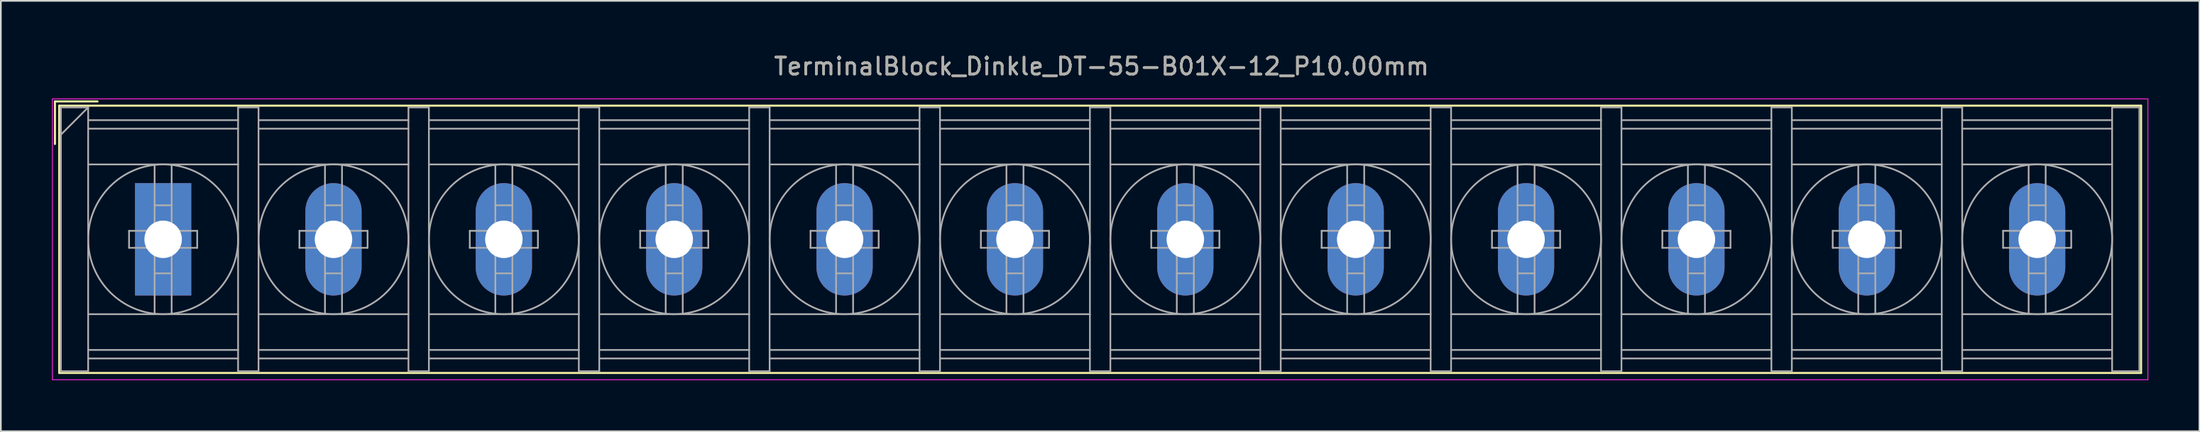
<source format=kicad_pcb>
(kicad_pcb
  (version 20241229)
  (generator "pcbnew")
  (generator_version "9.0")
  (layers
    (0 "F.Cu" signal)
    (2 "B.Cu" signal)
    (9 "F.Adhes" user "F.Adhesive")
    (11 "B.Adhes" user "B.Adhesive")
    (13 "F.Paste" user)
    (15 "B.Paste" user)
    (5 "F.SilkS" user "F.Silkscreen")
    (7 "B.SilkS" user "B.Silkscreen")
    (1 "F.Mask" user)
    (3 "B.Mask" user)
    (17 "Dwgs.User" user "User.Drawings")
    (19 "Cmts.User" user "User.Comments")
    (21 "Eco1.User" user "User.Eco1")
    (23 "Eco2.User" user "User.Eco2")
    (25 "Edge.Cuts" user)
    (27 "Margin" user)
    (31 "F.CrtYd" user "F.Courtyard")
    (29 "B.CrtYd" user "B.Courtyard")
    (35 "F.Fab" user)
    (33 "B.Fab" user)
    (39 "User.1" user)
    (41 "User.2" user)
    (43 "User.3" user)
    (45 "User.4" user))
  (footprint "TerminalBlock_Dinkle_DT-55-B01X-12_P10.00mm"
    (layer "F.Cu")
    (at 6.525 11.008)
    (property "Reference" "TerminalBlock_Dinkle_DT-55-B01X-12_P10.00mm" (at 55.08 -10.16 0) (layer "F.SilkS") (effects (font (size 1 1) (thickness 0.15))))
    (attr through_hole)
    (fp_line (start -6.35 -8.1) (end -3.85 -8.1) (stroke (width 0.12) (type solid)) (layer "F.SilkS"))
    (fp_line (start -6.35 -5.6) (end -6.35 -8.1) (stroke (width 0.12) (type solid)) (layer "F.SilkS"))
    (fp_line (start -6.1 -7.85) (end 116.1 -7.85) (stroke (width 0.12) (type solid)) (layer "F.SilkS"))
    (fp_line (start -6.1 7.85) (end -6.1 -7.85) (stroke (width 0.12) (type solid)) (layer "F.SilkS"))
    (fp_line (start -6.1 7.85) (end 116.1 7.85) (stroke (width 0.12) (type solid)) (layer "F.SilkS"))
    (fp_line (start 116.1 -7.85) (end 116.1 7.85) (stroke (width 0.12) (type solid)) (layer "F.SilkS"))
    (fp_line (start -6.5 -8.25) (end 116.5 -8.25) (stroke (width 0.05) (type solid)) (layer "F.CrtYd"))
    (fp_line (start -6.5 8.25) (end -6.5 -8.25) (stroke (width 0.05) (type solid)) (layer "F.CrtYd"))
    (fp_line (start -6.5 8.25) (end 116.5 8.25) (stroke (width 0.05) (type solid)) (layer "F.CrtYd"))
    (fp_line (start 116.5 -8.25) (end 116.5 8.25) (stroke (width 0.05) (type solid)) (layer "F.CrtYd"))
    (fp_line (start -6 -7.75) (end -6 7.75) (stroke (width 0.1) (type solid)) (layer "F.Fab"))
    (fp_line (start -6 -7.75) (end -4.4 -7.75) (stroke (width 0.1) (type solid)) (layer "F.Fab"))
    (fp_line (start -6 7.75) (end -4.4 7.75) (stroke (width 0.1) (type solid)) (layer "F.Fab"))
    (fp_line (start -4.4 -7.75) (end -6 -6.15) (stroke (width 0.1) (type solid)) (layer "F.Fab"))
    (fp_line (start -4.4 -7.75) (end -4.4 7.75) (stroke (width 0.1) (type solid)) (layer "F.Fab"))
    (fp_line (start -4.4 -7) (end 4.4 -7) (stroke (width 0.1) (type solid)) (layer "F.Fab"))
    (fp_line (start -4.4 -6.5) (end 4.4 -6.5) (stroke (width 0.1) (type solid)) (layer "F.Fab"))
    (fp_line (start -4.4 -4.4) (end 4.4 -4.4) (stroke (width 0.1) (type solid)) (layer "F.Fab"))
    (fp_line (start -4.4 4.4) (end 4.4 4.4) (stroke (width 0.1) (type solid)) (layer "F.Fab"))
    (fp_line (start -4.4 6.5) (end 4.4 6.5) (stroke (width 0.1) (type solid)) (layer "F.Fab"))
    (fp_line (start -4.4 7) (end 4.4 7) (stroke (width 0.1) (type solid)) (layer "F.Fab"))
    (fp_line (start -2 -0.5) (end -2 0.5) (stroke (width 0.1) (type solid)) (layer "F.Fab"))
    (fp_line (start -2 0.5) (end -0.5 0.5) (stroke (width 0.1) (type solid)) (layer "F.Fab"))
    (fp_line (start -0.5 -4.35) (end -0.5 -0.5) (stroke (width 0.1) (type solid)) (layer "F.Fab"))
    (fp_line (start -0.5 -2) (end 0.5 -2) (stroke (width 0.1) (type solid)) (layer "F.Fab"))
    (fp_line (start -0.5 -0.5) (end -2 -0.5) (stroke (width 0.1) (type solid)) (layer "F.Fab"))
    (fp_line (start -0.5 0.5) (end -0.5 4.35) (stroke (width 0.1) (type solid)) (layer "F.Fab"))
    (fp_line (start -0.5 2) (end 0.5 2) (stroke (width 0.1) (type solid)) (layer "F.Fab"))
    (fp_line (start 0.5 -4.35) (end 0.5 -0.5) (stroke (width 0.1) (type solid)) (layer "F.Fab"))
    (fp_line (start 0.5 -0.5) (end 2 -0.5) (stroke (width 0.1) (type solid)) (layer "F.Fab"))
    (fp_line (start 0.5 0.5) (end 0.5 4.35) (stroke (width 0.1) (type solid)) (layer "F.Fab"))
    (fp_line (start 2 -0.5) (end 2 0.5) (stroke (width 0.1) (type solid)) (layer "F.Fab"))
    (fp_line (start 2 0.5) (end 0.5 0.5) (stroke (width 0.1) (type solid)) (layer "F.Fab"))
    (fp_line (start 4.4 -7.75) (end 4.4 7.75) (stroke (width 0.1) (type solid)) (layer "F.Fab"))
    (fp_line (start 4.4 -7.75) (end 5.6 -7.75) (stroke (width 0.1) (type solid)) (layer "F.Fab"))
    (fp_line (start 4.4 7.75) (end 5.6 7.75) (stroke (width 0.1) (type solid)) (layer "F.Fab"))
    (fp_line (start 5.6 -7.75) (end 5.6 7.75) (stroke (width 0.1) (type solid)) (layer "F.Fab"))
    (fp_line (start 5.6 -7) (end 14.4 -7) (stroke (width 0.1) (type solid)) (layer "F.Fab"))
    (fp_line (start 5.6 -6.5) (end 14.4 -6.5) (stroke (width 0.1) (type solid)) (layer "F.Fab"))
    (fp_line (start 5.6 -4.4) (end 14.4 -4.4) (stroke (width 0.1) (type solid)) (layer "F.Fab"))
    (fp_line (start 5.6 4.4) (end 14.4 4.4) (stroke (width 0.1) (type solid)) (layer "F.Fab"))
    (fp_line (start 5.6 6.5) (end 14.4 6.5) (stroke (width 0.1) (type solid)) (layer "F.Fab"))
    (fp_line (start 5.6 7) (end 14.4 7) (stroke (width 0.1) (type solid)) (layer "F.Fab"))
    (fp_line (start 8 -0.5) (end 8 0.5) (stroke (width 0.1) (type solid)) (layer "F.Fab"))
    (fp_line (start 8 0.5) (end 9.5 0.5) (stroke (width 0.1) (type solid)) (layer "F.Fab"))
    (fp_line (start 9.5 -4.35) (end 9.5 -0.5) (stroke (width 0.1) (type solid)) (layer "F.Fab"))
    (fp_line (start 9.5 -2) (end 10.5 -2) (stroke (width 0.1) (type solid)) (layer "F.Fab"))
    (fp_line (start 9.5 -0.5) (end 8 -0.5) (stroke (width 0.1) (type solid)) (layer "F.Fab"))
    (fp_line (start 9.5 0.5) (end 9.5 4.35) (stroke (width 0.1) (type solid)) (layer "F.Fab"))
    (fp_line (start 9.5 2) (end 10.5 2) (stroke (width 0.1) (type solid)) (layer "F.Fab"))
    (fp_line (start 10.5 -4.35) (end 10.5 -0.5) (stroke (width 0.1) (type solid)) (layer "F.Fab"))
    (fp_line (start 10.5 -0.5) (end 12 -0.5) (stroke (width 0.1) (type solid)) (layer "F.Fab"))
    (fp_line (start 10.5 0.5) (end 10.5 4.35) (stroke (width 0.1) (type solid)) (layer "F.Fab"))
    (fp_line (start 12 -0.5) (end 12 0.5) (stroke (width 0.1) (type solid)) (layer "F.Fab"))
    (fp_line (start 12 0.5) (end 10.5 0.5) (stroke (width 0.1) (type solid)) (layer "F.Fab"))
    (fp_line (start 14.4 -7.75) (end 14.4 7.75) (stroke (width 0.1) (type solid)) (layer "F.Fab"))
    (fp_line (start 14.4 -7.75) (end 15.6 -7.75) (stroke (width 0.1) (type solid)) (layer "F.Fab"))
    (fp_line (start 14.4 7.75) (end 15.6 7.75) (stroke (width 0.1) (type solid)) (layer "F.Fab"))
    (fp_line (start 15.6 -7.75) (end 15.6 7.75) (stroke (width 0.1) (type solid)) (layer "F.Fab"))
    (fp_line (start 15.6 -7) (end 24.4 -7) (stroke (width 0.1) (type solid)) (layer "F.Fab"))
    (fp_line (start 15.6 -6.5) (end 24.4 -6.5) (stroke (width 0.1) (type solid)) (layer "F.Fab"))
    (fp_line (start 15.6 -4.4) (end 24.4 -4.4) (stroke (width 0.1) (type solid)) (layer "F.Fab"))
    (fp_line (start 15.6 4.4) (end 24.4 4.4) (stroke (width 0.1) (type solid)) (layer "F.Fab"))
    (fp_line (start 15.6 6.5) (end 24.4 6.5) (stroke (width 0.1) (type solid)) (layer "F.Fab"))
    (fp_line (start 15.6 7) (end 24.4 7) (stroke (width 0.1) (type solid)) (layer "F.Fab"))
    (fp_line (start 18 -0.5) (end 18 0.5) (stroke (width 0.1) (type solid)) (layer "F.Fab"))
    (fp_line (start 18 0.5) (end 19.5 0.5) (stroke (width 0.1) (type solid)) (layer "F.Fab"))
    (fp_line (start 19.5 -4.35) (end 19.5 -0.5) (stroke (width 0.1) (type solid)) (layer "F.Fab"))
    (fp_line (start 19.5 -2) (end 20.5 -2) (stroke (width 0.1) (type solid)) (layer "F.Fab"))
    (fp_line (start 19.5 -0.5) (end 18 -0.5) (stroke (width 0.1) (type solid)) (layer "F.Fab"))
    (fp_line (start 19.5 0.5) (end 19.5 4.35) (stroke (width 0.1) (type solid)) (layer "F.Fab"))
    (fp_line (start 19.5 2) (end 20.5 2) (stroke (width 0.1) (type solid)) (layer "F.Fab"))
    (fp_line (start 20.5 -4.35) (end 20.5 -0.5) (stroke (width 0.1) (type solid)) (layer "F.Fab"))
    (fp_line (start 20.5 -0.5) (end 22 -0.5) (stroke (width 0.1) (type solid)) (layer "F.Fab"))
    (fp_line (start 20.5 0.5) (end 20.5 4.35) (stroke (width 0.1) (type solid)) (layer "F.Fab"))
    (fp_line (start 22 -0.5) (end 22 0.5) (stroke (width 0.1) (type solid)) (layer "F.Fab"))
    (fp_line (start 22 0.5) (end 20.5 0.5) (stroke (width 0.1) (type solid)) (layer "F.Fab"))
    (fp_line (start 24.4 -7.75) (end 24.4 7.75) (stroke (width 0.1) (type solid)) (layer "F.Fab"))
    (fp_line (start 24.4 -7.75) (end 25.6 -7.75) (stroke (width 0.1) (type solid)) (layer "F.Fab"))
    (fp_line (start 24.4 7.75) (end 25.6 7.75) (stroke (width 0.1) (type solid)) (layer "F.Fab"))
    (fp_line (start 25.6 -7.75) (end 25.6 7.75) (stroke (width 0.1) (type solid)) (layer "F.Fab"))
    (fp_line (start 25.6 -7) (end 34.4 -7) (stroke (width 0.1) (type solid)) (layer "F.Fab"))
    (fp_line (start 25.6 -6.5) (end 34.4 -6.5) (stroke (width 0.1) (type solid)) (layer "F.Fab"))
    (fp_line (start 25.6 -4.4) (end 34.4 -4.4) (stroke (width 0.1) (type solid)) (layer "F.Fab"))
    (fp_line (start 25.6 4.4) (end 34.4 4.4) (stroke (width 0.1) (type solid)) (layer "F.Fab"))
    (fp_line (start 25.6 6.5) (end 34.4 6.5) (stroke (width 0.1) (type solid)) (layer "F.Fab"))
    (fp_line (start 25.6 7) (end 34.4 7) (stroke (width 0.1) (type solid)) (layer "F.Fab"))
    (fp_line (start 28 -0.5) (end 28 0.5) (stroke (width 0.1) (type solid)) (layer "F.Fab"))
    (fp_line (start 28 0.5) (end 29.5 0.5) (stroke (width 0.1) (type solid)) (layer "F.Fab"))
    (fp_line (start 29.5 -4.35) (end 29.5 -0.5) (stroke (width 0.1) (type solid)) (layer "F.Fab"))
    (fp_line (start 29.5 -2) (end 30.5 -2) (stroke (width 0.1) (type solid)) (layer "F.Fab"))
    (fp_line (start 29.5 -0.5) (end 28 -0.5) (stroke (width 0.1) (type solid)) (layer "F.Fab"))
    (fp_line (start 29.5 0.5) (end 29.5 4.35) (stroke (width 0.1) (type solid)) (layer "F.Fab"))
    (fp_line (start 29.5 2) (end 30.5 2) (stroke (width 0.1) (type solid)) (layer "F.Fab"))
    (fp_line (start 30.5 -4.35) (end 30.5 -0.5) (stroke (width 0.1) (type solid)) (layer "F.Fab"))
    (fp_line (start 30.5 -0.5) (end 32 -0.5) (stroke (width 0.1) (type solid)) (layer "F.Fab"))
    (fp_line (start 30.5 0.5) (end 30.5 4.35) (stroke (width 0.1) (type solid)) (layer "F.Fab"))
    (fp_line (start 32 -0.5) (end 32 0.5) (stroke (width 0.1) (type solid)) (layer "F.Fab"))
    (fp_line (start 32 0.5) (end 30.5 0.5) (stroke (width 0.1) (type solid)) (layer "F.Fab"))
    (fp_line (start 34.4 -7.75) (end 34.4 7.75) (stroke (width 0.1) (type solid)) (layer "F.Fab"))
    (fp_line (start 34.4 -7.75) (end 35.6 -7.75) (stroke (width 0.1) (type solid)) (layer "F.Fab"))
    (fp_line (start 34.4 7.75) (end 35.6 7.75) (stroke (width 0.1) (type solid)) (layer "F.Fab"))
    (fp_line (start 35.6 -7.75) (end 35.6 7.75) (stroke (width 0.1) (type solid)) (layer "F.Fab"))
    (fp_line (start 35.6 -7) (end 44.4 -7) (stroke (width 0.1) (type solid)) (layer "F.Fab"))
    (fp_line (start 35.6 -6.5) (end 44.4 -6.5) (stroke (width 0.1) (type solid)) (layer "F.Fab"))
    (fp_line (start 35.6 -4.4) (end 44.4 -4.4) (stroke (width 0.1) (type solid)) (layer "F.Fab"))
    (fp_line (start 35.6 4.4) (end 44.4 4.4) (stroke (width 0.1) (type solid)) (layer "F.Fab"))
    (fp_line (start 35.6 6.5) (end 44.4 6.5) (stroke (width 0.1) (type solid)) (layer "F.Fab"))
    (fp_line (start 35.6 7) (end 44.4 7) (stroke (width 0.1) (type solid)) (layer "F.Fab"))
    (fp_line (start 38 -0.5) (end 38 0.5) (stroke (width 0.1) (type solid)) (layer "F.Fab"))
    (fp_line (start 38 0.5) (end 39.5 0.5) (stroke (width 0.1) (type solid)) (layer "F.Fab"))
    (fp_line (start 39.5 -4.35) (end 39.5 -0.5) (stroke (width 0.1) (type solid)) (layer "F.Fab"))
    (fp_line (start 39.5 -2) (end 40.5 -2) (stroke (width 0.1) (type solid)) (layer "F.Fab"))
    (fp_line (start 39.5 -0.5) (end 38 -0.5) (stroke (width 0.1) (type solid)) (layer "F.Fab"))
    (fp_line (start 39.5 0.5) (end 39.5 4.35) (stroke (width 0.1) (type solid)) (layer "F.Fab"))
    (fp_line (start 39.5 2) (end 40.5 2) (stroke (width 0.1) (type solid)) (layer "F.Fab"))
    (fp_line (start 40.5 -4.35) (end 40.5 -0.5) (stroke (width 0.1) (type solid)) (layer "F.Fab"))
    (fp_line (start 40.5 -0.5) (end 42 -0.5) (stroke (width 0.1) (type solid)) (layer "F.Fab"))
    (fp_line (start 40.5 0.5) (end 40.5 4.35) (stroke (width 0.1) (type solid)) (layer "F.Fab"))
    (fp_line (start 42 -0.5) (end 42 0.5) (stroke (width 0.1) (type solid)) (layer "F.Fab"))
    (fp_line (start 42 0.5) (end 40.5 0.5) (stroke (width 0.1) (type solid)) (layer "F.Fab"))
    (fp_line (start 44.4 -7.75) (end 44.4 7.75) (stroke (width 0.1) (type solid)) (layer "F.Fab"))
    (fp_line (start 44.4 -7.75) (end 45.6 -7.75) (stroke (width 0.1) (type solid)) (layer "F.Fab"))
    (fp_line (start 44.4 7.75) (end 45.6 7.75) (stroke (width 0.1) (type solid)) (layer "F.Fab"))
    (fp_line (start 45.6 -7.75) (end 45.6 7.75) (stroke (width 0.1) (type solid)) (layer "F.Fab"))
    (fp_line (start 45.6 -7) (end 54.4 -7) (stroke (width 0.1) (type solid)) (layer "F.Fab"))
    (fp_line (start 45.6 -6.5) (end 54.4 -6.5) (stroke (width 0.1) (type solid)) (layer "F.Fab"))
    (fp_line (start 45.6 -4.4) (end 54.4 -4.4) (stroke (width 0.1) (type solid)) (layer "F.Fab"))
    (fp_line (start 45.6 4.4) (end 54.4 4.4) (stroke (width 0.1) (type solid)) (layer "F.Fab"))
    (fp_line (start 45.6 6.5) (end 54.4 6.5) (stroke (width 0.1) (type solid)) (layer "F.Fab"))
    (fp_line (start 45.6 7) (end 54.4 7) (stroke (width 0.1) (type solid)) (layer "F.Fab"))
    (fp_line (start 48 -0.5) (end 48 0.5) (stroke (width 0.1) (type solid)) (layer "F.Fab"))
    (fp_line (start 48 0.5) (end 49.5 0.5) (stroke (width 0.1) (type solid)) (layer "F.Fab"))
    (fp_line (start 49.5 -4.35) (end 49.5 -0.5) (stroke (width 0.1) (type solid)) (layer "F.Fab"))
    (fp_line (start 49.5 -2) (end 50.5 -2) (stroke (width 0.1) (type solid)) (layer "F.Fab"))
    (fp_line (start 49.5 -0.5) (end 48 -0.5) (stroke (width 0.1) (type solid)) (layer "F.Fab"))
    (fp_line (start 49.5 0.5) (end 49.5 4.35) (stroke (width 0.1) (type solid)) (layer "F.Fab"))
    (fp_line (start 49.5 2) (end 50.5 2) (stroke (width 0.1) (type solid)) (layer "F.Fab"))
    (fp_line (start 50.5 -4.35) (end 50.5 -0.5) (stroke (width 0.1) (type solid)) (layer "F.Fab"))
    (fp_line (start 50.5 -0.5) (end 52 -0.5) (stroke (width 0.1) (type solid)) (layer "F.Fab"))
    (fp_line (start 50.5 0.5) (end 50.5 4.35) (stroke (width 0.1) (type solid)) (layer "F.Fab"))
    (fp_line (start 52 -0.5) (end 52 0.5) (stroke (width 0.1) (type solid)) (layer "F.Fab"))
    (fp_line (start 52 0.5) (end 50.5 0.5) (stroke (width 0.1) (type solid)) (layer "F.Fab"))
    (fp_line (start 54.4 -7.75) (end 54.4 7.75) (stroke (width 0.1) (type solid)) (layer "F.Fab"))
    (fp_line (start 54.4 -7.75) (end 55.6 -7.75) (stroke (width 0.1) (type solid)) (layer "F.Fab"))
    (fp_line (start 54.4 7.75) (end 55.6 7.75) (stroke (width 0.1) (type solid)) (layer "F.Fab"))
    (fp_line (start 55.6 -7.75) (end 55.6 7.75) (stroke (width 0.1) (type solid)) (layer "F.Fab"))
    (fp_line (start 55.6 -7) (end 64.4 -7) (stroke (width 0.1) (type solid)) (layer "F.Fab"))
    (fp_line (start 55.6 -6.5) (end 64.4 -6.5) (stroke (width 0.1) (type solid)) (layer "F.Fab"))
    (fp_line (start 55.6 -4.4) (end 64.4 -4.4) (stroke (width 0.1) (type solid)) (layer "F.Fab"))
    (fp_line (start 55.6 4.4) (end 64.4 4.4) (stroke (width 0.1) (type solid)) (layer "F.Fab"))
    (fp_line (start 55.6 6.5) (end 64.4 6.5) (stroke (width 0.1) (type solid)) (layer "F.Fab"))
    (fp_line (start 55.6 7) (end 64.4 7) (stroke (width 0.1) (type solid)) (layer "F.Fab"))
    (fp_line (start 58 -0.5) (end 58 0.5) (stroke (width 0.1) (type solid)) (layer "F.Fab"))
    (fp_line (start 58 0.5) (end 59.5 0.5) (stroke (width 0.1) (type solid)) (layer "F.Fab"))
    (fp_line (start 59.5 -4.35) (end 59.5 -0.5) (stroke (width 0.1) (type solid)) (layer "F.Fab"))
    (fp_line (start 59.5 -2) (end 60.5 -2) (stroke (width 0.1) (type solid)) (layer "F.Fab"))
    (fp_line (start 59.5 -0.5) (end 58 -0.5) (stroke (width 0.1) (type solid)) (layer "F.Fab"))
    (fp_line (start 59.5 0.5) (end 59.5 4.35) (stroke (width 0.1) (type solid)) (layer "F.Fab"))
    (fp_line (start 59.5 2) (end 60.5 2) (stroke (width 0.1) (type solid)) (layer "F.Fab"))
    (fp_line (start 60.5 -4.35) (end 60.5 -0.5) (stroke (width 0.1) (type solid)) (layer "F.Fab"))
    (fp_line (start 60.5 -0.5) (end 62 -0.5) (stroke (width 0.1) (type solid)) (layer "F.Fab"))
    (fp_line (start 60.5 0.5) (end 60.5 4.35) (stroke (width 0.1) (type solid)) (layer "F.Fab"))
    (fp_line (start 62 -0.5) (end 62 0.5) (stroke (width 0.1) (type solid)) (layer "F.Fab"))
    (fp_line (start 62 0.5) (end 60.5 0.5) (stroke (width 0.1) (type solid)) (layer "F.Fab"))
    (fp_line (start 64.4 -7.75) (end 64.4 7.75) (stroke (width 0.1) (type solid)) (layer "F.Fab"))
    (fp_line (start 64.4 -7.75) (end 65.6 -7.75) (stroke (width 0.1) (type solid)) (layer "F.Fab"))
    (fp_line (start 64.4 7.75) (end 65.6 7.75) (stroke (width 0.1) (type solid)) (layer "F.Fab"))
    (fp_line (start 65.6 -7.75) (end 65.6 7.75) (stroke (width 0.1) (type solid)) (layer "F.Fab"))
    (fp_line (start 65.6 -7) (end 74.4 -7) (stroke (width 0.1) (type solid)) (layer "F.Fab"))
    (fp_line (start 65.6 -6.5) (end 74.4 -6.5) (stroke (width 0.1) (type solid)) (layer "F.Fab"))
    (fp_line (start 65.6 -4.4) (end 74.4 -4.4) (stroke (width 0.1) (type solid)) (layer "F.Fab"))
    (fp_line (start 65.6 4.4) (end 74.4 4.4) (stroke (width 0.1) (type solid)) (layer "F.Fab"))
    (fp_line (start 65.6 6.5) (end 74.4 6.5) (stroke (width 0.1) (type solid)) (layer "F.Fab"))
    (fp_line (start 65.6 7) (end 74.4 7) (stroke (width 0.1) (type solid)) (layer "F.Fab"))
    (fp_line (start 68 -0.5) (end 68 0.5) (stroke (width 0.1) (type solid)) (layer "F.Fab"))
    (fp_line (start 68 0.5) (end 69.5 0.5) (stroke (width 0.1) (type solid)) (layer "F.Fab"))
    (fp_line (start 69.5 -4.35) (end 69.5 -0.5) (stroke (width 0.1) (type solid)) (layer "F.Fab"))
    (fp_line (start 69.5 -2) (end 70.5 -2) (stroke (width 0.1) (type solid)) (layer "F.Fab"))
    (fp_line (start 69.5 -0.5) (end 68 -0.5) (stroke (width 0.1) (type solid)) (layer "F.Fab"))
    (fp_line (start 69.5 0.5) (end 69.5 4.35) (stroke (width 0.1) (type solid)) (layer "F.Fab"))
    (fp_line (start 69.5 2) (end 70.5 2) (stroke (width 0.1) (type solid)) (layer "F.Fab"))
    (fp_line (start 70.5 -4.35) (end 70.5 -0.5) (stroke (width 0.1) (type solid)) (layer "F.Fab"))
    (fp_line (start 70.5 -0.5) (end 72 -0.5) (stroke (width 0.1) (type solid)) (layer "F.Fab"))
    (fp_line (start 70.5 0.5) (end 70.5 4.35) (stroke (width 0.1) (type solid)) (layer "F.Fab"))
    (fp_line (start 72 -0.5) (end 72 0.5) (stroke (width 0.1) (type solid)) (layer "F.Fab"))
    (fp_line (start 72 0.5) (end 70.5 0.5) (stroke (width 0.1) (type solid)) (layer "F.Fab"))
    (fp_line (start 74.4 -7.75) (end 74.4 7.75) (stroke (width 0.1) (type solid)) (layer "F.Fab"))
    (fp_line (start 74.4 -7.75) (end 75.6 -7.75) (stroke (width 0.1) (type solid)) (layer "F.Fab"))
    (fp_line (start 74.4 7.75) (end 75.6 7.75) (stroke (width 0.1) (type solid)) (layer "F.Fab"))
    (fp_line (start 75.6 -7.75) (end 75.6 7.75) (stroke (width 0.1) (type solid)) (layer "F.Fab"))
    (fp_line (start 75.6 -7) (end 84.4 -7) (stroke (width 0.1) (type solid)) (layer "F.Fab"))
    (fp_line (start 75.6 -6.5) (end 84.4 -6.5) (stroke (width 0.1) (type solid)) (layer "F.Fab"))
    (fp_line (start 75.6 -4.4) (end 84.4 -4.4) (stroke (width 0.1) (type solid)) (layer "F.Fab"))
    (fp_line (start 75.6 4.4) (end 84.4 4.4) (stroke (width 0.1) (type solid)) (layer "F.Fab"))
    (fp_line (start 75.6 6.5) (end 84.4 6.5) (stroke (width 0.1) (type solid)) (layer "F.Fab"))
    (fp_line (start 75.6 7) (end 84.4 7) (stroke (width 0.1) (type solid)) (layer "F.Fab"))
    (fp_line (start 78 -0.5) (end 78 0.5) (stroke (width 0.1) (type solid)) (layer "F.Fab"))
    (fp_line (start 78 0.5) (end 79.5 0.5) (stroke (width 0.1) (type solid)) (layer "F.Fab"))
    (fp_line (start 79.5 -4.35) (end 79.5 -0.5) (stroke (width 0.1) (type solid)) (layer "F.Fab"))
    (fp_line (start 79.5 -2) (end 80.5 -2) (stroke (width 0.1) (type solid)) (layer "F.Fab"))
    (fp_line (start 79.5 -0.5) (end 78 -0.5) (stroke (width 0.1) (type solid)) (layer "F.Fab"))
    (fp_line (start 79.5 0.5) (end 79.5 4.35) (stroke (width 0.1) (type solid)) (layer "F.Fab"))
    (fp_line (start 79.5 2) (end 80.5 2) (stroke (width 0.1) (type solid)) (layer "F.Fab"))
    (fp_line (start 80.5 -4.35) (end 80.5 -0.5) (stroke (width 0.1) (type solid)) (layer "F.Fab"))
    (fp_line (start 80.5 -0.5) (end 82 -0.5) (stroke (width 0.1) (type solid)) (layer "F.Fab"))
    (fp_line (start 80.5 0.5) (end 80.5 4.35) (stroke (width 0.1) (type solid)) (layer "F.Fab"))
    (fp_line (start 82 -0.5) (end 82 0.5) (stroke (width 0.1) (type solid)) (layer "F.Fab"))
    (fp_line (start 82 0.5) (end 80.5 0.5) (stroke (width 0.1) (type solid)) (layer "F.Fab"))
    (fp_line (start 84.4 -7.75) (end 84.4 7.75) (stroke (width 0.1) (type solid)) (layer "F.Fab"))
    (fp_line (start 84.4 -7.75) (end 85.6 -7.75) (stroke (width 0.1) (type solid)) (layer "F.Fab"))
    (fp_line (start 84.4 7.75) (end 85.6 7.75) (stroke (width 0.1) (type solid)) (layer "F.Fab"))
    (fp_line (start 85.6 -7.75) (end 85.6 7.75) (stroke (width 0.1) (type solid)) (layer "F.Fab"))
    (fp_line (start 85.6 -7) (end 94.4 -7) (stroke (width 0.1) (type solid)) (layer "F.Fab"))
    (fp_line (start 85.6 -6.5) (end 94.4 -6.5) (stroke (width 0.1) (type solid)) (layer "F.Fab"))
    (fp_line (start 85.6 -4.4) (end 94.4 -4.4) (stroke (width 0.1) (type solid)) (layer "F.Fab"))
    (fp_line (start 85.6 4.4) (end 94.4 4.4) (stroke (width 0.1) (type solid)) (layer "F.Fab"))
    (fp_line (start 85.6 6.5) (end 94.4 6.5) (stroke (width 0.1) (type solid)) (layer "F.Fab"))
    (fp_line (start 85.6 7) (end 94.4 7) (stroke (width 0.1) (type solid)) (layer "F.Fab"))
    (fp_line (start 88 -0.5) (end 88 0.5) (stroke (width 0.1) (type solid)) (layer "F.Fab"))
    (fp_line (start 88 0.5) (end 89.5 0.5) (stroke (width 0.1) (type solid)) (layer "F.Fab"))
    (fp_line (start 89.5 -4.35) (end 89.5 -0.5) (stroke (width 0.1) (type solid)) (layer "F.Fab"))
    (fp_line (start 89.5 -2) (end 90.5 -2) (stroke (width 0.1) (type solid)) (layer "F.Fab"))
    (fp_line (start 89.5 -0.5) (end 88 -0.5) (stroke (width 0.1) (type solid)) (layer "F.Fab"))
    (fp_line (start 89.5 0.5) (end 89.5 4.35) (stroke (width 0.1) (type solid)) (layer "F.Fab"))
    (fp_line (start 89.5 2) (end 90.5 2) (stroke (width 0.1) (type solid)) (layer "F.Fab"))
    (fp_line (start 90.5 -4.35) (end 90.5 -0.5) (stroke (width 0.1) (type solid)) (layer "F.Fab"))
    (fp_line (start 90.5 -0.5) (end 92 -0.5) (stroke (width 0.1) (type solid)) (layer "F.Fab"))
    (fp_line (start 90.5 0.5) (end 90.5 4.35) (stroke (width 0.1) (type solid)) (layer "F.Fab"))
    (fp_line (start 92 -0.5) (end 92 0.5) (stroke (width 0.1) (type solid)) (layer "F.Fab"))
    (fp_line (start 92 0.5) (end 90.5 0.5) (stroke (width 0.1) (type solid)) (layer "F.Fab"))
    (fp_line (start 94.4 -7.75) (end 94.4 7.75) (stroke (width 0.1) (type solid)) (layer "F.Fab"))
    (fp_line (start 94.4 -7.75) (end 95.6 -7.75) (stroke (width 0.1) (type solid)) (layer "F.Fab"))
    (fp_line (start 94.4 7.75) (end 95.6 7.75) (stroke (width 0.1) (type solid)) (layer "F.Fab"))
    (fp_line (start 95.6 -7.75) (end 95.6 7.75) (stroke (width 0.1) (type solid)) (layer "F.Fab"))
    (fp_line (start 95.6 -7) (end 104.4 -7) (stroke (width 0.1) (type solid)) (layer "F.Fab"))
    (fp_line (start 95.6 -6.5) (end 104.4 -6.5) (stroke (width 0.1) (type solid)) (layer "F.Fab"))
    (fp_line (start 95.6 -4.4) (end 104.4 -4.4) (stroke (width 0.1) (type solid)) (layer "F.Fab"))
    (fp_line (start 95.6 4.4) (end 104.4 4.4) (stroke (width 0.1) (type solid)) (layer "F.Fab"))
    (fp_line (start 95.6 6.5) (end 104.4 6.5) (stroke (width 0.1) (type solid)) (layer "F.Fab"))
    (fp_line (start 95.6 7) (end 104.4 7) (stroke (width 0.1) (type solid)) (layer "F.Fab"))
    (fp_line (start 98 -0.5) (end 98 0.5) (stroke (width 0.1) (type solid)) (layer "F.Fab"))
    (fp_line (start 98 0.5) (end 99.5 0.5) (stroke (width 0.1) (type solid)) (layer "F.Fab"))
    (fp_line (start 99.5 -4.35) (end 99.5 -0.5) (stroke (width 0.1) (type solid)) (layer "F.Fab"))
    (fp_line (start 99.5 -2) (end 100.5 -2) (stroke (width 0.1) (type solid)) (layer "F.Fab"))
    (fp_line (start 99.5 -0.5) (end 98 -0.5) (stroke (width 0.1) (type solid)) (layer "F.Fab"))
    (fp_line (start 99.5 0.5) (end 99.5 4.35) (stroke (width 0.1) (type solid)) (layer "F.Fab"))
    (fp_line (start 99.5 2) (end 100.5 2) (stroke (width 0.1) (type solid)) (layer "F.Fab"))
    (fp_line (start 100.5 -4.35) (end 100.5 -0.5) (stroke (width 0.1) (type solid)) (layer "F.Fab"))
    (fp_line (start 100.5 -0.5) (end 102 -0.5) (stroke (width 0.1) (type solid)) (layer "F.Fab"))
    (fp_line (start 100.5 0.5) (end 100.5 4.35) (stroke (width 0.1) (type solid)) (layer "F.Fab"))
    (fp_line (start 102 -0.5) (end 102 0.5) (stroke (width 0.1) (type solid)) (layer "F.Fab"))
    (fp_line (start 102 0.5) (end 100.5 0.5) (stroke (width 0.1) (type solid)) (layer "F.Fab"))
    (fp_line (start 104.4 -7.75) (end 104.4 7.75) (stroke (width 0.1) (type solid)) (layer "F.Fab"))
    (fp_line (start 104.4 -7.75) (end 105.6 -7.75) (stroke (width 0.1) (type solid)) (layer "F.Fab"))
    (fp_line (start 104.4 7.75) (end 105.6 7.75) (stroke (width 0.1) (type solid)) (layer "F.Fab"))
    (fp_line (start 105.6 -7.75) (end 105.6 7.75) (stroke (width 0.1) (type solid)) (layer "F.Fab"))
    (fp_line (start 105.6 -7) (end 114.4 -7) (stroke (width 0.1) (type solid)) (layer "F.Fab"))
    (fp_line (start 105.6 -6.5) (end 114.4 -6.5) (stroke (width 0.1) (type solid)) (layer "F.Fab"))
    (fp_line (start 105.6 -4.4) (end 114.4 -4.4) (stroke (width 0.1) (type solid)) (layer "F.Fab"))
    (fp_line (start 105.6 4.4) (end 114.4 4.4) (stroke (width 0.1) (type solid)) (layer "F.Fab"))
    (fp_line (start 105.6 6.5) (end 114.4 6.5) (stroke (width 0.1) (type solid)) (layer "F.Fab"))
    (fp_line (start 105.6 7) (end 114.4 7) (stroke (width 0.1) (type solid)) (layer "F.Fab"))
    (fp_line (start 108 -0.5) (end 108 0.5) (stroke (width 0.1) (type solid)) (layer "F.Fab"))
    (fp_line (start 108 0.5) (end 109.5 0.5) (stroke (width 0.1) (type solid)) (layer "F.Fab"))
    (fp_line (start 109.5 -4.35) (end 109.5 -0.5) (stroke (width 0.1) (type solid)) (layer "F.Fab"))
    (fp_line (start 109.5 -2) (end 110.5 -2) (stroke (width 0.1) (type solid)) (layer "F.Fab"))
    (fp_line (start 109.5 -0.5) (end 108 -0.5) (stroke (width 0.1) (type solid)) (layer "F.Fab"))
    (fp_line (start 109.5 0.5) (end 109.5 4.35) (stroke (width 0.1) (type solid)) (layer "F.Fab"))
    (fp_line (start 109.5 2) (end 110.5 2) (stroke (width 0.1) (type solid)) (layer "F.Fab"))
    (fp_line (start 110.5 -4.35) (end 110.5 -0.5) (stroke (width 0.1) (type solid)) (layer "F.Fab"))
    (fp_line (start 110.5 -0.5) (end 112 -0.5) (stroke (width 0.1) (type solid)) (layer "F.Fab"))
    (fp_line (start 110.5 0.5) (end 110.5 4.35) (stroke (width 0.1) (type solid)) (layer "F.Fab"))
    (fp_line (start 112 -0.5) (end 112 0.5) (stroke (width 0.1) (type solid)) (layer "F.Fab"))
    (fp_line (start 112 0.5) (end 110.5 0.5) (stroke (width 0.1) (type solid)) (layer "F.Fab"))
    (fp_line (start 114.4 -7.75) (end 114.4 7.75) (stroke (width 0.1) (type solid)) (layer "F.Fab"))
    (fp_line (start 114.4 -7.75) (end 116 -7.75) (stroke (width 0.1) (type solid)) (layer "F.Fab"))
    (fp_line (start 114.4 7.75) (end 116 7.75) (stroke (width 0.1) (type solid)) (layer "F.Fab"))
    (fp_line (start 116 -7.75) (end 116 7.75) (stroke (width 0.1) (type solid)) (layer "F.Fab"))
    (fp_circle (center 0 0) (end 0.5 0.5) (stroke (width 0.1) (type solid)) (fill no) (layer "F.Fab"))
    (fp_circle (center 0 0) (end 4.4 0) (stroke (width 0.1) (type solid)) (fill no) (layer "F.Fab"))
    (fp_circle (center 10 0) (end 10.5 0.5) (stroke (width 0.1) (type solid)) (fill no) (layer "F.Fab"))
    (fp_circle (center 10 0) (end 14.4 0) (stroke (width 0.1) (type solid)) (fill no) (layer "F.Fab"))
    (fp_circle (center 20 0) (end 20.5 0.5) (stroke (width 0.1) (type solid)) (fill no) (layer "F.Fab"))
    (fp_circle (center 20 0) (end 24.4 0) (stroke (width 0.1) (type solid)) (fill no) (layer "F.Fab"))
    (fp_circle (center 30 0) (end 30.5 0.5) (stroke (width 0.1) (type solid)) (fill no) (layer "F.Fab"))
    (fp_circle (center 30 0) (end 34.4 0) (stroke (width 0.1) (type solid)) (fill no) (layer "F.Fab"))
    (fp_circle (center 40 0) (end 40.5 0.5) (stroke (width 0.1) (type solid)) (fill no) (layer "F.Fab"))
    (fp_circle (center 40 0) (end 44.4 0) (stroke (width 0.1) (type solid)) (fill no) (layer "F.Fab"))
    (fp_circle (center 50 0) (end 50.5 0.5) (stroke (width 0.1) (type solid)) (fill no) (layer "F.Fab"))
    (fp_circle (center 50 0) (end 54.4 0) (stroke (width 0.1) (type solid)) (fill no) (layer "F.Fab"))
    (fp_circle (center 60 0) (end 60.5 0.5) (stroke (width 0.1) (type solid)) (fill no) (layer "F.Fab"))
    (fp_circle (center 60 0) (end 64.4 0) (stroke (width 0.1) (type solid)) (fill no) (layer "F.Fab"))
    (fp_circle (center 70 0) (end 70.5 0.5) (stroke (width 0.1) (type solid)) (fill no) (layer "F.Fab"))
    (fp_circle (center 70 0) (end 74.4 0) (stroke (width 0.1) (type solid)) (fill no) (layer "F.Fab"))
    (fp_circle (center 80 0) (end 80.5 0.5) (stroke (width 0.1) (type solid)) (fill no) (layer "F.Fab"))
    (fp_circle (center 80 0) (end 84.4 0) (stroke (width 0.1) (type solid)) (fill no) (layer "F.Fab"))
    (fp_circle (center 90 0) (end 90.5 0.5) (stroke (width 0.1) (type solid)) (fill no) (layer "F.Fab"))
    (fp_circle (center 90 0) (end 94.4 0) (stroke (width 0.1) (type solid)) (fill no) (layer "F.Fab"))
    (fp_circle (center 100 0) (end 100.5 0.5) (stroke (width 0.1) (type solid)) (fill no) (layer "F.Fab"))
    (fp_circle (center 100 0) (end 104.4 0) (stroke (width 0.1) (type solid)) (fill no) (layer "F.Fab"))
    (fp_circle (center 110 0) (end 110.5 0.5) (stroke (width 0.1) (type solid)) (fill no) (layer "F.Fab"))
    (fp_circle (center 110 0) (end 114.4 0) (stroke (width 0.1) (type solid)) (fill no) (layer "F.Fab"))
    (fp_text user "${REFERENCE}" (at 55.08 -10.16 0) (layer "F.Fab") (effects (font (size 1 1) (thickness 0.15))))
    (pad "1" thru_hole rect (at 0 0) (size 3.3 6.6) (drill 2.2) (layers "*.Cu" "*.Mask"))
    (pad "2" thru_hole oval (at 10 0) (size 3.3 6.6) (drill 2.2) (layers "*.Cu" "*.Mask"))
    (pad "3" thru_hole oval (at 20 0) (size 3.3 6.6) (drill 2.2) (layers "*.Cu" "*.Mask"))
    (pad "4" thru_hole oval (at 30 0) (size 3.3 6.6) (drill 2.2) (layers "*.Cu" "*.Mask"))
    (pad "5" thru_hole oval (at 40 0) (size 3.3 6.6) (drill 2.2) (layers "*.Cu" "*.Mask"))
    (pad "6" thru_hole oval (at 50 0) (size 3.3 6.6) (drill 2.2) (layers "*.Cu" "*.Mask"))
    (pad "7" thru_hole oval (at 60 0) (size 3.3 6.6) (drill 2.2) (layers "*.Cu" "*.Mask"))
    (pad "8" thru_hole oval (at 70 0) (size 3.3 6.6) (drill 2.2) (layers "*.Cu" "*.Mask"))
    (pad "9" thru_hole oval (at 80 0) (size 3.3 6.6) (drill 2.2) (layers "*.Cu" "*.Mask"))
    (pad "10" thru_hole oval (at 90 0) (size 3.3 6.6) (drill 2.2) (layers "*.Cu" "*.Mask"))
    (pad "11" thru_hole oval (at 100 0) (size 3.3 6.6) (drill 2.2) (layers "*.Cu" "*.Mask"))
    (pad "12" thru_hole oval (at 110 0) (size 3.3 6.6) (drill 2.2) (layers "*.Cu" "*.Mask")))
  (gr_rect
    (start -3 -3)
    (end 126.05 22.283)
    (stroke (width 0.1) (type default))
    (fill no)
    (layer "Edge.Cuts")))
</source>
